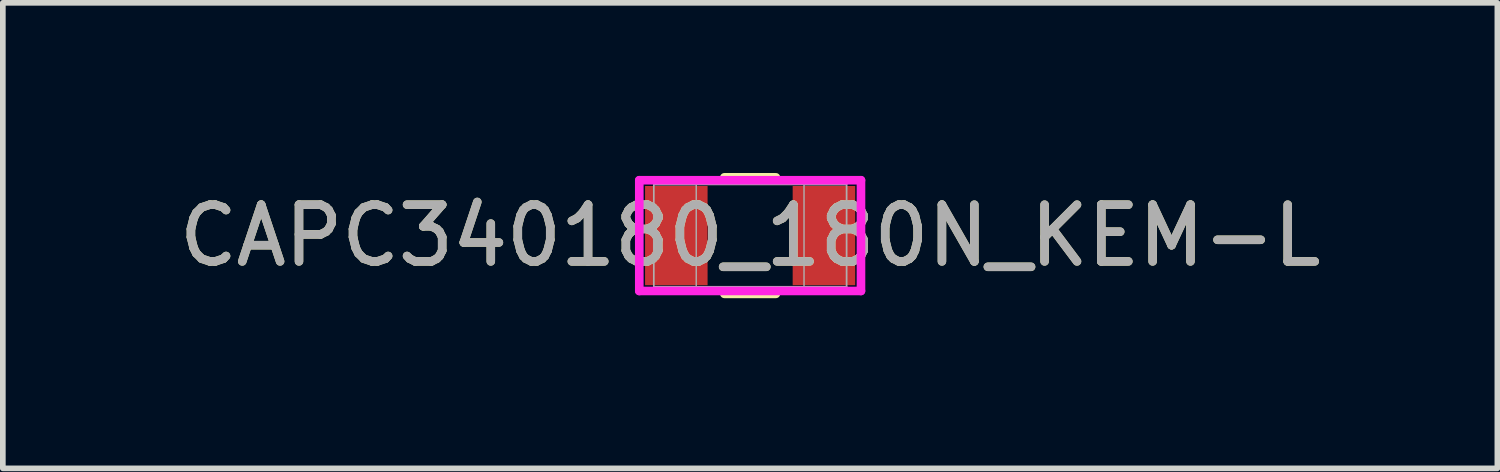
<source format=kicad_pcb>
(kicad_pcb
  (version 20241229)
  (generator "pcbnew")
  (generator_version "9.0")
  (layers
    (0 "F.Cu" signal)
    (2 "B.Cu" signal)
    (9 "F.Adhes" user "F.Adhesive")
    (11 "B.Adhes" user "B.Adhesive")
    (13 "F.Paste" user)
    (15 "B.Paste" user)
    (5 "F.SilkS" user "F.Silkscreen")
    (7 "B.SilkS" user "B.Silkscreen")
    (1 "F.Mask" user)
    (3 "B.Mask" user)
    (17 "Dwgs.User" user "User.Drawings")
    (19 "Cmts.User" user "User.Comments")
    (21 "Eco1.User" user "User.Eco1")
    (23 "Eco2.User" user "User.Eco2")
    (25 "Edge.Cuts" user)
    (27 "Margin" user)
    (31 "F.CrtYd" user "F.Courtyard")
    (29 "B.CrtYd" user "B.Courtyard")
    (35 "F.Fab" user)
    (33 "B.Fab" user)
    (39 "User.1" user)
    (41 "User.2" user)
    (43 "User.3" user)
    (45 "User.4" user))
  (footprint "CAPC340180_180N_KEM-L"
    (layer "F.Cu")
    (at 10.173 1.103)
    (property "Reference" "CAPC340180_180N_KEM-L" (at 0 0 0) (unlocked yes) (layer "F.SilkS") (effects (font (size 1 1) (thickness 0.15))))
    (attr smd)
    (fp_line (start -0.454 1.027) (end 0.454 1.027) (stroke (width 0.152) (type solid)) (layer "F.SilkS"))
    (fp_line (start 0.454 -1.027) (end -0.454 -1.027) (stroke (width 0.152) (type solid)) (layer "F.SilkS"))
    (fp_line (start -1.954 -0.976) (end 1.954 -0.976) (stroke (width 0.152) (type solid)) (layer "F.CrtYd"))
    (fp_line (start -1.954 0.976) (end -1.954 -0.976) (stroke (width 0.152) (type solid)) (layer "F.CrtYd"))
    (fp_line (start 1.954 -0.976) (end 1.954 0.976) (stroke (width 0.152) (type solid)) (layer "F.CrtYd"))
    (fp_line (start 1.954 0.976) (end -1.954 0.976) (stroke (width 0.152) (type solid)) (layer "F.CrtYd"))
    (fp_line (start -1.7 -0.9) (end -1.7 0.9) (stroke (width 0.025) (type solid)) (layer "F.Fab"))
    (fp_line (start -1.7 -0.9) (end -1.7 0.9) (stroke (width 0.025) (type solid)) (layer "F.Fab"))
    (fp_line (start -1.7 0.9) (end -0.95 0.9) (stroke (width 0.025) (type solid)) (layer "F.Fab"))
    (fp_line (start -1.7 0.9) (end 1.7 0.9) (stroke (width 0.025) (type solid)) (layer "F.Fab"))
    (fp_line (start -0.95 -0.9) (end -1.7 -0.9) (stroke (width 0.025) (type solid)) (layer "F.Fab"))
    (fp_line (start -0.95 0.9) (end -0.95 -0.9) (stroke (width 0.025) (type solid)) (layer "F.Fab"))
    (fp_line (start 0.95 -0.9) (end 0.95 0.9) (stroke (width 0.025) (type solid)) (layer "F.Fab"))
    (fp_line (start 0.95 0.9) (end 1.7 0.9) (stroke (width 0.025) (type solid)) (layer "F.Fab"))
    (fp_line (start 1.7 -0.9) (end -1.7 -0.9) (stroke (width 0.025) (type solid)) (layer "F.Fab"))
    (fp_line (start 1.7 -0.9) (end 0.95 -0.9) (stroke (width 0.025) (type solid)) (layer "F.Fab"))
    (fp_line (start 1.7 0.9) (end 1.7 -0.9) (stroke (width 0.025) (type solid)) (layer "F.Fab"))
    (fp_line (start 1.7 0.9) (end 1.7 -0.9) (stroke (width 0.025) (type solid)) (layer "F.Fab"))
    (fp_text user "${REFERENCE}" (at 0 0 0) (unlocked yes) (layer "F.Fab") (effects (font (size 1 1) (thickness 0.15))))
    (pad "1" smd rect (at -1.301 0) (size 1.102 1.749) (layers "F.Cu" "F.Mask" "F.Paste"))
    (pad "2" smd rect (at 1.301 0) (size 1.102 1.749) (layers "F.Cu" "F.Mask" "F.Paste"))
    (zone (net_name "") (layer "F.Cu") (hatch full 0.508) (connect_pads) (min_thickness 0.254) (filled_areas_thickness no) (keepout (tracks not_allowed) (vias not_allowed) (pads allowed) (copperpour not_allowed) (footprints allowed)) (placement (enabled no)) (fill) (polygon (pts (xy 9.473 0.254) (xy 10.872 0.254) (xy 10.872 1.952) (xy 9.473 1.952)))))
  (gr_rect
    (start -3 -3)
    (end 23.345 5.206)
    (stroke (width 0.1) (type default))
    (fill no)
    (layer "Edge.Cuts")))
</source>
